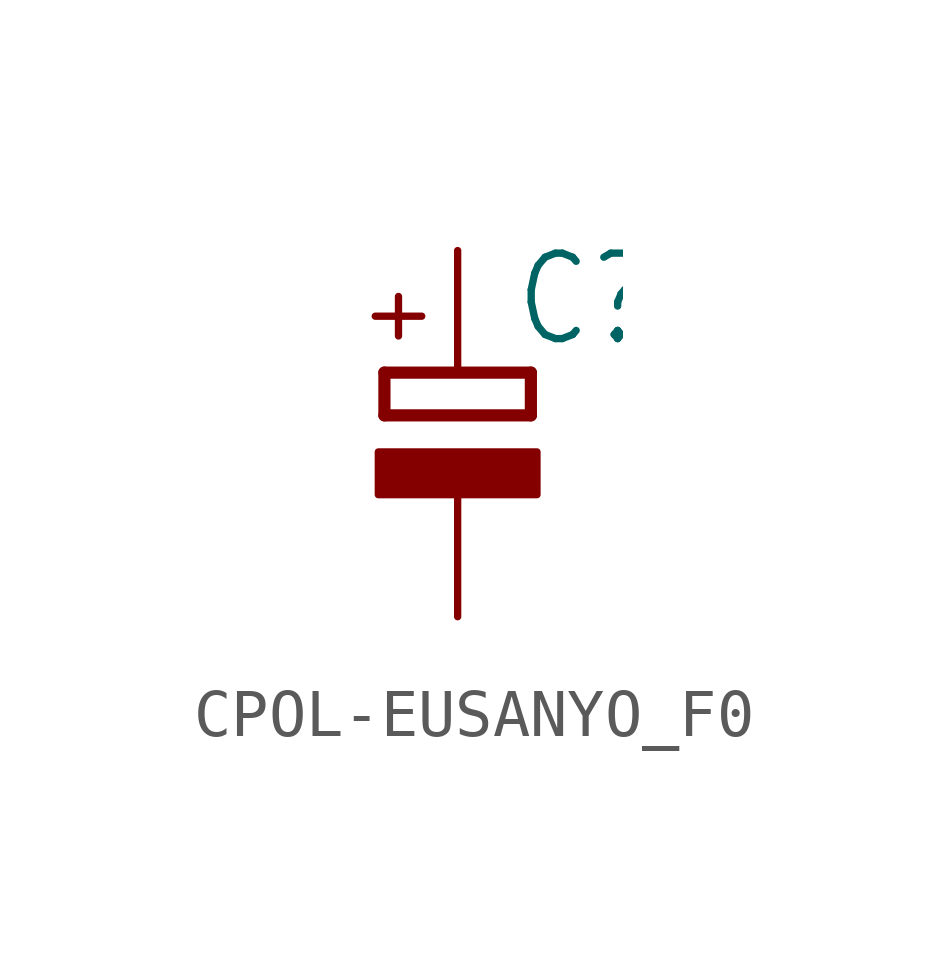
<source format=kicad_sym>
(kicad_symbol_lib
  (version 20241209)
  (generator "kicad_symbol_editor")
  (generator_version "9.0")
  (symbol "CPOL-EUSANYO_F0"
    (property "Reference" "C"
      (at 1.143 0.483 0)
      (effects (font (size 1.778 1.511)) (justify left bottom)))
    (property "Value" ""
      (at 1.143 -4.597 0)
      (effects (font (size 1.778 1.511)) (justify left bottom)))
    (property "ki_locked" ""
      (at 0 0 0)
      (effects (font (size 1.27 1.27))))
    (symbol "CPOL-EUSANYO_F0_1_0"
      (rectangle (start -1.651 -2.54) (end 1.651 -1.651) (stroke (width 0) (type default)) (fill (type outline)))
      (polyline (pts (xy -1.524 0) (xy -1.524 -0.889)) (stroke (width 0.254) (type solid)) (fill (type none)))
      (polyline (pts (xy -1.524 0) (xy 1.524 0)) (stroke (width 0.254) (type solid)) (fill (type none)))
      (polyline (pts (xy -1.524 -0.889) (xy 1.524 -0.889)) (stroke (width 0.254) (type solid)) (fill (type none)))
      (polyline (pts (xy 1.524 -0.889) (xy 1.524 0)) (stroke (width 0.254) (type solid)) (fill (type none)))
      (text "+" (at -0.584 0.406 900) (effects (font (size 1.27 1.079)) (justify left bottom)))
      (pin passive line (at 0 2.54 270) (length 2.54) (name "+" (effects (font (size 0 0)))) (number "+" (effects (font (size 0 0)))))
      (pin passive line (at 0 -5.08 90) (length 2.54) (name "-" (effects (font (size 0 0)))) (number "-" (effects (font (size 0 0))))))))
</source>
